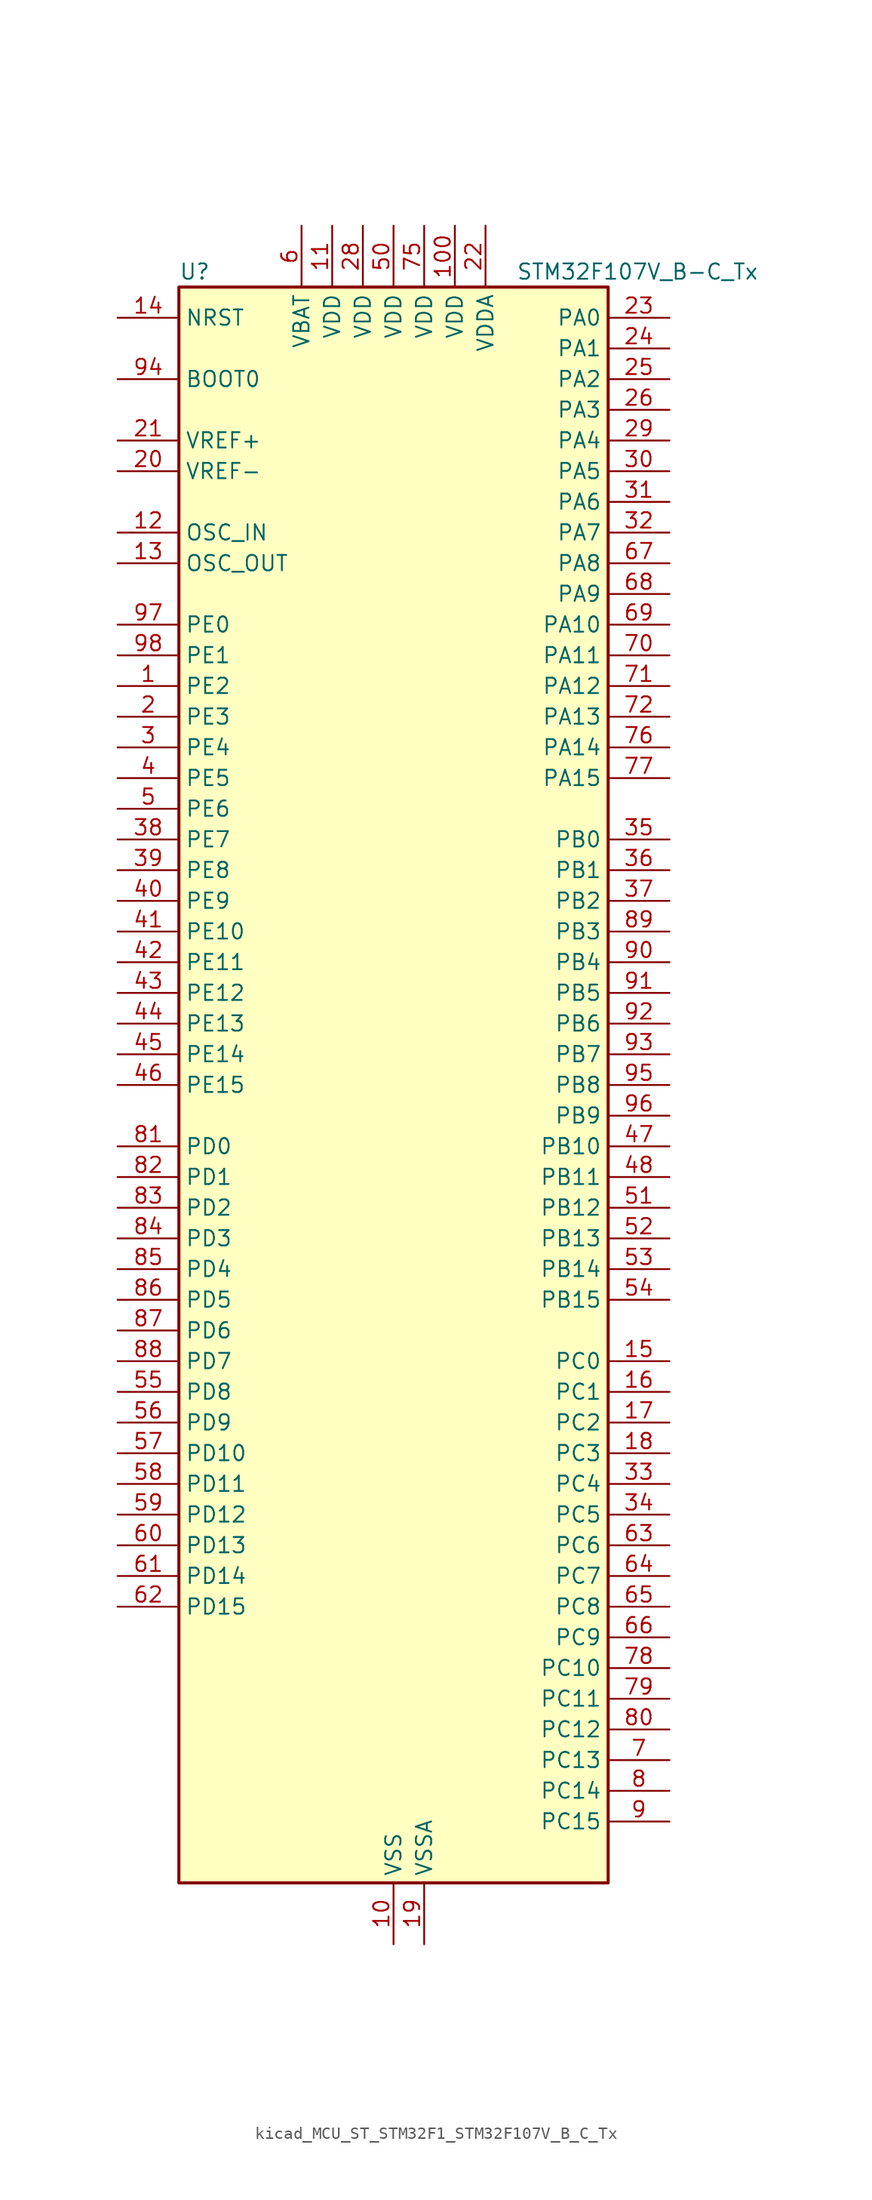
<source format=kicad_sym>
(kicad_symbol_lib
  (version 20220914)
  (generator kicad_symbol_editor)
  (symbol "kicad_MCU_ST_STM32F1_STM32F107V_B_C_Tx"
    (property "Reference" "U"
      (at -17.78 67.31 0)
      (effects (font (size 1.27 1.27)) (justify left)))
    (property "Value" "STM32F107V_B-C_Tx"
      (at 10.16 67.31 0)
      (effects (font (size 1.27 1.27)) (justify left)))
    (property "ki_locked" ""
      (at 0 0 0)
      (effects (font (size 1.27 1.27))))
    (symbol "kicad_MCU_ST_STM32F1_STM32F107V_B_C_Tx_0_1"
      (rectangle (start -17.78 -66.04) (end 17.78 66.04) (stroke (width 0.254) (type default)) (fill (type background))))
    (symbol "kicad_MCU_ST_STM32F1_STM32F107V_B_C_Tx_1_1"
      (pin bidirectional line (at -22.86 33.02 0) (length 5.08) (name "PE2" (effects (font (size 1.27 1.27)))) (number "1" (effects (font (size 1.27 1.27)))) (alternate "SYS_TRACECLK" bidirectional line))
      (pin power_in line (at 0 -71.12 90) (length 5.08) (name "VSS" (effects (font (size 1.27 1.27)))) (number "10" (effects (font (size 1.27 1.27)))))
      (pin power_in line (at 5.08 71.12 270) (length 5.08) (name "VDD" (effects (font (size 1.27 1.27)))) (number "100" (effects (font (size 1.27 1.27)))))
      (pin power_in line (at -5.08 71.12 270) (length 5.08) (name "VDD" (effects (font (size 1.27 1.27)))) (number "11" (effects (font (size 1.27 1.27)))))
      (pin input line (at -22.86 45.72 0) (length 5.08) (name "OSC_IN" (effects (font (size 1.27 1.27)))) (number "12" (effects (font (size 1.27 1.27)))) (alternate "RCC_OSC_IN" bidirectional line))
      (pin input line (at -22.86 43.18 0) (length 5.08) (name "OSC_OUT" (effects (font (size 1.27 1.27)))) (number "13" (effects (font (size 1.27 1.27)))) (alternate "RCC_OSC_OUT" bidirectional line))
      (pin input line (at -22.86 63.5 0) (length 5.08) (name "NRST" (effects (font (size 1.27 1.27)))) (number "14" (effects (font (size 1.27 1.27)))))
      (pin bidirectional line (at 22.86 -22.86 180) (length 5.08) (name "PC0" (effects (font (size 1.27 1.27)))) (number "15" (effects (font (size 1.27 1.27)))) (alternate "ADC1_IN10" bidirectional line) (alternate "ADC2_IN10" bidirectional line))
      (pin bidirectional line (at 22.86 -25.4 180) (length 5.08) (name "PC1" (effects (font (size 1.27 1.27)))) (number "16" (effects (font (size 1.27 1.27)))) (alternate "ADC1_IN11" bidirectional line) (alternate "ADC2_IN11" bidirectional line) (alternate "ETH_MDC" bidirectional line))
      (pin bidirectional line (at 22.86 -27.94 180) (length 5.08) (name "PC2" (effects (font (size 1.27 1.27)))) (number "17" (effects (font (size 1.27 1.27)))) (alternate "ADC1_IN12" bidirectional line) (alternate "ADC2_IN12" bidirectional line) (alternate "ETH_TXD2" bidirectional line))
      (pin bidirectional line (at 22.86 -30.48 180) (length 5.08) (name "PC3" (effects (font (size 1.27 1.27)))) (number "18" (effects (font (size 1.27 1.27)))) (alternate "ADC1_IN13" bidirectional line) (alternate "ADC2_IN13" bidirectional line) (alternate "ETH_TX_CLK" bidirectional line))
      (pin power_in line (at 2.54 -71.12 90) (length 5.08) (name "VSSA" (effects (font (size 1.27 1.27)))) (number "19" (effects (font (size 1.27 1.27)))))
      (pin bidirectional line (at -22.86 30.48 0) (length 5.08) (name "PE3" (effects (font (size 1.27 1.27)))) (number "2" (effects (font (size 1.27 1.27)))) (alternate "SYS_TRACED0" bidirectional line))
      (pin input line (at -22.86 50.8 0) (length 5.08) (name "VREF-" (effects (font (size 1.27 1.27)))) (number "20" (effects (font (size 1.27 1.27)))))
      (pin input line (at -22.86 53.34 0) (length 5.08) (name "VREF+" (effects (font (size 1.27 1.27)))) (number "21" (effects (font (size 1.27 1.27)))))
      (pin power_in line (at 7.62 71.12 270) (length 5.08) (name "VDDA" (effects (font (size 1.27 1.27)))) (number "22" (effects (font (size 1.27 1.27)))))
      (pin bidirectional line (at 22.86 63.5 180) (length 5.08) (name "PA0" (effects (font (size 1.27 1.27)))) (number "23" (effects (font (size 1.27 1.27)))) (alternate "ADC1_IN0" bidirectional line) (alternate "ADC2_IN0" bidirectional line) (alternate "ETH_CRS" bidirectional line) (alternate "SYS_WKUP" bidirectional line) (alternate "TIM2_CH1" bidirectional line) (alternate "TIM2_ETR" bidirectional line) (alternate "TIM5_CH1" bidirectional line) (alternate "USART2_CTS" bidirectional line))
      (pin bidirectional line (at 22.86 60.96 180) (length 5.08) (name "PA1" (effects (font (size 1.27 1.27)))) (number "24" (effects (font (size 1.27 1.27)))) (alternate "ADC1_IN1" bidirectional line) (alternate "ADC2_IN1" bidirectional line) (alternate "ETH_REF_CLK" bidirectional line) (alternate "ETH_RX_CLK" bidirectional line) (alternate "TIM2_CH2" bidirectional line) (alternate "TIM5_CH2" bidirectional line) (alternate "USART2_RTS" bidirectional line))
      (pin bidirectional line (at 22.86 58.42 180) (length 5.08) (name "PA2" (effects (font (size 1.27 1.27)))) (number "25" (effects (font (size 1.27 1.27)))) (alternate "ADC1_IN2" bidirectional line) (alternate "ADC2_IN2" bidirectional line) (alternate "ETH_MDIO" bidirectional line) (alternate "TIM2_CH3" bidirectional line) (alternate "TIM5_CH3" bidirectional line) (alternate "USART2_TX" bidirectional line))
      (pin bidirectional line (at 22.86 55.88 180) (length 5.08) (name "PA3" (effects (font (size 1.27 1.27)))) (number "26" (effects (font (size 1.27 1.27)))) (alternate "ADC1_IN3" bidirectional line) (alternate "ADC2_IN3" bidirectional line) (alternate "ETH_COL" bidirectional line) (alternate "TIM2_CH4" bidirectional line) (alternate "TIM5_CH4" bidirectional line) (alternate "USART2_RX" bidirectional line))
      (pin passive line (at 0 -71.12 90) (length 5.08) hide (name "VSS" (effects (font (size 1.27 1.27)))) (number "27" (effects (font (size 1.27 1.27)))))
      (pin power_in line (at -2.54 71.12 270) (length 5.08) (name "VDD" (effects (font (size 1.27 1.27)))) (number "28" (effects (font (size 1.27 1.27)))))
      (pin bidirectional line (at 22.86 53.34 180) (length 5.08) (name "PA4" (effects (font (size 1.27 1.27)))) (number "29" (effects (font (size 1.27 1.27)))) (alternate "ADC1_IN4" bidirectional line) (alternate "ADC2_IN4" bidirectional line) (alternate "DAC_OUT1" bidirectional line) (alternate "I2S3_WS" bidirectional line) (alternate "SPI1_NSS" bidirectional line) (alternate "SPI3_NSS" bidirectional line) (alternate "USART2_CK" bidirectional line))
      (pin bidirectional line (at -22.86 27.94 0) (length 5.08) (name "PE4" (effects (font (size 1.27 1.27)))) (number "3" (effects (font (size 1.27 1.27)))) (alternate "SYS_TRACED1" bidirectional line))
      (pin bidirectional line (at 22.86 50.8 180) (length 5.08) (name "PA5" (effects (font (size 1.27 1.27)))) (number "30" (effects (font (size 1.27 1.27)))) (alternate "ADC1_IN5" bidirectional line) (alternate "ADC2_IN5" bidirectional line) (alternate "DAC_OUT2" bidirectional line) (alternate "SPI1_SCK" bidirectional line))
      (pin bidirectional line (at 22.86 48.26 180) (length 5.08) (name "PA6" (effects (font (size 1.27 1.27)))) (number "31" (effects (font (size 1.27 1.27)))) (alternate "ADC1_IN6" bidirectional line) (alternate "ADC2_IN6" bidirectional line) (alternate "SPI1_MISO" bidirectional line) (alternate "TIM1_BKIN" bidirectional line) (alternate "TIM3_CH1" bidirectional line))
      (pin bidirectional line (at 22.86 45.72 180) (length 5.08) (name "PA7" (effects (font (size 1.27 1.27)))) (number "32" (effects (font (size 1.27 1.27)))) (alternate "ADC1_IN7" bidirectional line) (alternate "ADC2_IN7" bidirectional line) (alternate "ETH_CRS_DV" bidirectional line) (alternate "ETH_RX_DV" bidirectional line) (alternate "SPI1_MOSI" bidirectional line) (alternate "TIM1_CH1N" bidirectional line) (alternate "TIM3_CH2" bidirectional line))
      (pin bidirectional line (at 22.86 -33.02 180) (length 5.08) (name "PC4" (effects (font (size 1.27 1.27)))) (number "33" (effects (font (size 1.27 1.27)))) (alternate "ADC1_IN14" bidirectional line) (alternate "ADC2_IN14" bidirectional line) (alternate "ETH_RXD0" bidirectional line))
      (pin bidirectional line (at 22.86 -35.56 180) (length 5.08) (name "PC5" (effects (font (size 1.27 1.27)))) (number "34" (effects (font (size 1.27 1.27)))) (alternate "ADC1_IN15" bidirectional line) (alternate "ADC2_IN15" bidirectional line) (alternate "ETH_RXD1" bidirectional line))
      (pin bidirectional line (at 22.86 20.32 180) (length 5.08) (name "PB0" (effects (font (size 1.27 1.27)))) (number "35" (effects (font (size 1.27 1.27)))) (alternate "ADC1_IN8" bidirectional line) (alternate "ADC2_IN8" bidirectional line) (alternate "ETH_RXD2" bidirectional line) (alternate "TIM1_CH2N" bidirectional line) (alternate "TIM3_CH3" bidirectional line))
      (pin bidirectional line (at 22.86 17.78 180) (length 5.08) (name "PB1" (effects (font (size 1.27 1.27)))) (number "36" (effects (font (size 1.27 1.27)))) (alternate "ADC1_IN9" bidirectional line) (alternate "ADC2_IN9" bidirectional line) (alternate "ETH_RXD3" bidirectional line) (alternate "TIM1_CH3N" bidirectional line) (alternate "TIM3_CH4" bidirectional line))
      (pin bidirectional line (at 22.86 15.24 180) (length 5.08) (name "PB2" (effects (font (size 1.27 1.27)))) (number "37" (effects (font (size 1.27 1.27)))))
      (pin bidirectional line (at -22.86 20.32 0) (length 5.08) (name "PE7" (effects (font (size 1.27 1.27)))) (number "38" (effects (font (size 1.27 1.27)))) (alternate "TIM1_ETR" bidirectional line))
      (pin bidirectional line (at -22.86 17.78 0) (length 5.08) (name "PE8" (effects (font (size 1.27 1.27)))) (number "39" (effects (font (size 1.27 1.27)))) (alternate "TIM1_CH1N" bidirectional line))
      (pin bidirectional line (at -22.86 25.4 0) (length 5.08) (name "PE5" (effects (font (size 1.27 1.27)))) (number "4" (effects (font (size 1.27 1.27)))) (alternate "SYS_TRACED2" bidirectional line))
      (pin bidirectional line (at -22.86 15.24 0) (length 5.08) (name "PE9" (effects (font (size 1.27 1.27)))) (number "40" (effects (font (size 1.27 1.27)))) (alternate "DAC_EXTI9" bidirectional line) (alternate "TIM1_CH1" bidirectional line))
      (pin bidirectional line (at -22.86 12.7 0) (length 5.08) (name "PE10" (effects (font (size 1.27 1.27)))) (number "41" (effects (font (size 1.27 1.27)))) (alternate "TIM1_CH2N" bidirectional line))
      (pin bidirectional line (at -22.86 10.16 0) (length 5.08) (name "PE11" (effects (font (size 1.27 1.27)))) (number "42" (effects (font (size 1.27 1.27)))) (alternate "ADC1_EXTI11" bidirectional line) (alternate "ADC2_EXTI11" bidirectional line) (alternate "TIM1_CH2" bidirectional line))
      (pin bidirectional line (at -22.86 7.62 0) (length 5.08) (name "PE12" (effects (font (size 1.27 1.27)))) (number "43" (effects (font (size 1.27 1.27)))) (alternate "TIM1_CH3N" bidirectional line))
      (pin bidirectional line (at -22.86 5.08 0) (length 5.08) (name "PE13" (effects (font (size 1.27 1.27)))) (number "44" (effects (font (size 1.27 1.27)))) (alternate "TIM1_CH3" bidirectional line))
      (pin bidirectional line (at -22.86 2.54 0) (length 5.08) (name "PE14" (effects (font (size 1.27 1.27)))) (number "45" (effects (font (size 1.27 1.27)))) (alternate "TIM1_CH4" bidirectional line))
      (pin bidirectional line (at -22.86 0 0) (length 5.08) (name "PE15" (effects (font (size 1.27 1.27)))) (number "46" (effects (font (size 1.27 1.27)))) (alternate "ADC1_EXTI15" bidirectional line) (alternate "ADC2_EXTI15" bidirectional line) (alternate "TIM1_BKIN" bidirectional line))
      (pin bidirectional line (at 22.86 -5.08 180) (length 5.08) (name "PB10" (effects (font (size 1.27 1.27)))) (number "47" (effects (font (size 1.27 1.27)))) (alternate "ETH_RX_ER" bidirectional line) (alternate "TIM2_CH3" bidirectional line) (alternate "USART3_TX" bidirectional line))
      (pin bidirectional line (at 22.86 -7.62 180) (length 5.08) (name "PB11" (effects (font (size 1.27 1.27)))) (number "48" (effects (font (size 1.27 1.27)))) (alternate "ADC1_EXTI11" bidirectional line) (alternate "ADC2_EXTI11" bidirectional line) (alternate "ETH_TX_EN" bidirectional line) (alternate "TIM2_CH4" bidirectional line) (alternate "USART3_RX" bidirectional line))
      (pin passive line (at 0 -71.12 90) (length 5.08) hide (name "VSS" (effects (font (size 1.27 1.27)))) (number "49" (effects (font (size 1.27 1.27)))))
      (pin bidirectional line (at -22.86 22.86 0) (length 5.08) (name "PE6" (effects (font (size 1.27 1.27)))) (number "5" (effects (font (size 1.27 1.27)))) (alternate "SYS_TRACED3" bidirectional line))
      (pin power_in line (at 0 71.12 270) (length 5.08) (name "VDD" (effects (font (size 1.27 1.27)))) (number "50" (effects (font (size 1.27 1.27)))))
      (pin bidirectional line (at 22.86 -10.16 180) (length 5.08) (name "PB12" (effects (font (size 1.27 1.27)))) (number "51" (effects (font (size 1.27 1.27)))) (alternate "CAN2_RX" bidirectional line) (alternate "ETH_TXD0" bidirectional line) (alternate "I2S2_WS" bidirectional line) (alternate "SPI2_NSS" bidirectional line) (alternate "TIM1_BKIN" bidirectional line) (alternate "USART3_CK" bidirectional line))
      (pin bidirectional line (at 22.86 -12.7 180) (length 5.08) (name "PB13" (effects (font (size 1.27 1.27)))) (number "52" (effects (font (size 1.27 1.27)))) (alternate "CAN2_TX" bidirectional line) (alternate "ETH_TXD1" bidirectional line) (alternate "I2S2_CK" bidirectional line) (alternate "SPI2_SCK" bidirectional line) (alternate "TIM1_CH1N" bidirectional line) (alternate "USART3_CTS" bidirectional line))
      (pin bidirectional line (at 22.86 -15.24 180) (length 5.08) (name "PB14" (effects (font (size 1.27 1.27)))) (number "53" (effects (font (size 1.27 1.27)))) (alternate "SPI2_MISO" bidirectional line) (alternate "TIM1_CH2N" bidirectional line) (alternate "USART3_RTS" bidirectional line))
      (pin bidirectional line (at 22.86 -17.78 180) (length 5.08) (name "PB15" (effects (font (size 1.27 1.27)))) (number "54" (effects (font (size 1.27 1.27)))) (alternate "ADC1_EXTI15" bidirectional line) (alternate "ADC2_EXTI15" bidirectional line) (alternate "I2S2_SD" bidirectional line) (alternate "SPI2_MOSI" bidirectional line) (alternate "TIM1_CH3N" bidirectional line))
      (pin bidirectional line (at -22.86 -25.4 0) (length 5.08) (name "PD8" (effects (font (size 1.27 1.27)))) (number "55" (effects (font (size 1.27 1.27)))) (alternate "ETH_CRS_DV" bidirectional line) (alternate "ETH_RX_DV" bidirectional line) (alternate "USART3_TX" bidirectional line))
      (pin bidirectional line (at -22.86 -27.94 0) (length 5.08) (name "PD9" (effects (font (size 1.27 1.27)))) (number "56" (effects (font (size 1.27 1.27)))) (alternate "DAC_EXTI9" bidirectional line) (alternate "ETH_RXD0" bidirectional line) (alternate "USART3_RX" bidirectional line))
      (pin bidirectional line (at -22.86 -30.48 0) (length 5.08) (name "PD10" (effects (font (size 1.27 1.27)))) (number "57" (effects (font (size 1.27 1.27)))) (alternate "ETH_RXD1" bidirectional line) (alternate "USART3_CK" bidirectional line))
      (pin bidirectional line (at -22.86 -33.02 0) (length 5.08) (name "PD11" (effects (font (size 1.27 1.27)))) (number "58" (effects (font (size 1.27 1.27)))) (alternate "ADC1_EXTI11" bidirectional line) (alternate "ADC2_EXTI11" bidirectional line) (alternate "ETH_RXD2" bidirectional line) (alternate "USART3_CTS" bidirectional line))
      (pin bidirectional line (at -22.86 -35.56 0) (length 5.08) (name "PD12" (effects (font (size 1.27 1.27)))) (number "59" (effects (font (size 1.27 1.27)))) (alternate "ETH_RXD3" bidirectional line) (alternate "TIM4_CH1" bidirectional line) (alternate "USART3_RTS" bidirectional line))
      (pin power_in line (at -7.62 71.12 270) (length 5.08) (name "VBAT" (effects (font (size 1.27 1.27)))) (number "6" (effects (font (size 1.27 1.27)))))
      (pin bidirectional line (at -22.86 -38.1 0) (length 5.08) (name "PD13" (effects (font (size 1.27 1.27)))) (number "60" (effects (font (size 1.27 1.27)))) (alternate "TIM4_CH2" bidirectional line))
      (pin bidirectional line (at -22.86 -40.64 0) (length 5.08) (name "PD14" (effects (font (size 1.27 1.27)))) (number "61" (effects (font (size 1.27 1.27)))) (alternate "TIM4_CH3" bidirectional line))
      (pin bidirectional line (at -22.86 -43.18 0) (length 5.08) (name "PD15" (effects (font (size 1.27 1.27)))) (number "62" (effects (font (size 1.27 1.27)))) (alternate "ADC1_EXTI15" bidirectional line) (alternate "ADC2_EXTI15" bidirectional line) (alternate "TIM4_CH4" bidirectional line))
      (pin bidirectional line (at 22.86 -38.1 180) (length 5.08) (name "PC6" (effects (font (size 1.27 1.27)))) (number "63" (effects (font (size 1.27 1.27)))) (alternate "I2S2_MCK" bidirectional line) (alternate "TIM3_CH1" bidirectional line))
      (pin bidirectional line (at 22.86 -40.64 180) (length 5.08) (name "PC7" (effects (font (size 1.27 1.27)))) (number "64" (effects (font (size 1.27 1.27)))) (alternate "I2S3_MCK" bidirectional line) (alternate "TIM3_CH2" bidirectional line))
      (pin bidirectional line (at 22.86 -43.18 180) (length 5.08) (name "PC8" (effects (font (size 1.27 1.27)))) (number "65" (effects (font (size 1.27 1.27)))) (alternate "TIM3_CH3" bidirectional line))
      (pin bidirectional line (at 22.86 -45.72 180) (length 5.08) (name "PC9" (effects (font (size 1.27 1.27)))) (number "66" (effects (font (size 1.27 1.27)))) (alternate "DAC_EXTI9" bidirectional line) (alternate "TIM3_CH4" bidirectional line))
      (pin bidirectional line (at 22.86 43.18 180) (length 5.08) (name "PA8" (effects (font (size 1.27 1.27)))) (number "67" (effects (font (size 1.27 1.27)))) (alternate "RCC_MCO" bidirectional line) (alternate "TIM1_CH1" bidirectional line) (alternate "USART1_CK" bidirectional line) (alternate "USB_OTG_FS_SOF" bidirectional line))
      (pin bidirectional line (at 22.86 40.64 180) (length 5.08) (name "PA9" (effects (font (size 1.27 1.27)))) (number "68" (effects (font (size 1.27 1.27)))) (alternate "DAC_EXTI9" bidirectional line) (alternate "TIM1_CH2" bidirectional line) (alternate "USART1_TX" bidirectional line) (alternate "USB_OTG_FS_VBUS" bidirectional line))
      (pin bidirectional line (at 22.86 38.1 180) (length 5.08) (name "PA10" (effects (font (size 1.27 1.27)))) (number "69" (effects (font (size 1.27 1.27)))) (alternate "TIM1_CH3" bidirectional line) (alternate "USART1_RX" bidirectional line) (alternate "USB_OTG_FS_ID" bidirectional line))
      (pin bidirectional line (at 22.86 -55.88 180) (length 5.08) (name "PC13" (effects (font (size 1.27 1.27)))) (number "7" (effects (font (size 1.27 1.27)))) (alternate "RTC_OUT" bidirectional line) (alternate "RTC_TAMPER" bidirectional line))
      (pin bidirectional line (at 22.86 35.56 180) (length 5.08) (name "PA11" (effects (font (size 1.27 1.27)))) (number "70" (effects (font (size 1.27 1.27)))) (alternate "ADC1_EXTI11" bidirectional line) (alternate "ADC2_EXTI11" bidirectional line) (alternate "CAN1_RX" bidirectional line) (alternate "TIM1_CH4" bidirectional line) (alternate "USART1_CTS" bidirectional line) (alternate "USB_OTG_FS_DM" bidirectional line))
      (pin bidirectional line (at 22.86 33.02 180) (length 5.08) (name "PA12" (effects (font (size 1.27 1.27)))) (number "71" (effects (font (size 1.27 1.27)))) (alternate "CAN1_TX" bidirectional line) (alternate "TIM1_ETR" bidirectional line) (alternate "USART1_RTS" bidirectional line) (alternate "USB_OTG_FS_DP" bidirectional line))
      (pin bidirectional line (at 22.86 30.48 180) (length 5.08) (name "PA13" (effects (font (size 1.27 1.27)))) (number "72" (effects (font (size 1.27 1.27)))) (alternate "SYS_JTMS-SWDIO" bidirectional line))
      (pin no_connect line (at -17.78 -66.04 0) (length 5.08) hide (name "NC" (effects (font (size 1.27 1.27)))) (number "73" (effects (font (size 1.27 1.27)))))
      (pin passive line (at 0 -71.12 90) (length 5.08) hide (name "VSS" (effects (font (size 1.27 1.27)))) (number "74" (effects (font (size 1.27 1.27)))))
      (pin power_in line (at 2.54 71.12 270) (length 5.08) (name "VDD" (effects (font (size 1.27 1.27)))) (number "75" (effects (font (size 1.27 1.27)))))
      (pin bidirectional line (at 22.86 27.94 180) (length 5.08) (name "PA14" (effects (font (size 1.27 1.27)))) (number "76" (effects (font (size 1.27 1.27)))) (alternate "SYS_JTCK-SWCLK" bidirectional line))
      (pin bidirectional line (at 22.86 25.4 180) (length 5.08) (name "PA15" (effects (font (size 1.27 1.27)))) (number "77" (effects (font (size 1.27 1.27)))) (alternate "ADC1_EXTI15" bidirectional line) (alternate "ADC2_EXTI15" bidirectional line) (alternate "I2S3_WS" bidirectional line) (alternate "SPI1_NSS" bidirectional line) (alternate "SPI3_NSS" bidirectional line) (alternate "SYS_JTDI" bidirectional line) (alternate "TIM2_CH1" bidirectional line) (alternate "TIM2_ETR" bidirectional line))
      (pin bidirectional line (at 22.86 -48.26 180) (length 5.08) (name "PC10" (effects (font (size 1.27 1.27)))) (number "78" (effects (font (size 1.27 1.27)))) (alternate "I2S3_CK" bidirectional line) (alternate "SPI3_SCK" bidirectional line) (alternate "UART4_TX" bidirectional line) (alternate "USART3_TX" bidirectional line))
      (pin bidirectional line (at 22.86 -50.8 180) (length 5.08) (name "PC11" (effects (font (size 1.27 1.27)))) (number "79" (effects (font (size 1.27 1.27)))) (alternate "ADC1_EXTI11" bidirectional line) (alternate "ADC2_EXTI11" bidirectional line) (alternate "SPI3_MISO" bidirectional line) (alternate "UART4_RX" bidirectional line) (alternate "USART3_RX" bidirectional line))
      (pin bidirectional line (at 22.86 -58.42 180) (length 5.08) (name "PC14" (effects (font (size 1.27 1.27)))) (number "8" (effects (font (size 1.27 1.27)))) (alternate "RCC_OSC32_IN" bidirectional line))
      (pin bidirectional line (at 22.86 -53.34 180) (length 5.08) (name "PC12" (effects (font (size 1.27 1.27)))) (number "80" (effects (font (size 1.27 1.27)))) (alternate "I2S3_SD" bidirectional line) (alternate "SPI3_MOSI" bidirectional line) (alternate "UART5_TX" bidirectional line) (alternate "USART3_CK" bidirectional line))
      (pin bidirectional line (at -22.86 -5.08 0) (length 5.08) (name "PD0" (effects (font (size 1.27 1.27)))) (number "81" (effects (font (size 1.27 1.27)))) (alternate "CAN1_RX" bidirectional line))
      (pin bidirectional line (at -22.86 -7.62 0) (length 5.08) (name "PD1" (effects (font (size 1.27 1.27)))) (number "82" (effects (font (size 1.27 1.27)))) (alternate "CAN1_TX" bidirectional line))
      (pin bidirectional line (at -22.86 -10.16 0) (length 5.08) (name "PD2" (effects (font (size 1.27 1.27)))) (number "83" (effects (font (size 1.27 1.27)))) (alternate "TIM3_ETR" bidirectional line) (alternate "UART5_RX" bidirectional line))
      (pin bidirectional line (at -22.86 -12.7 0) (length 5.08) (name "PD3" (effects (font (size 1.27 1.27)))) (number "84" (effects (font (size 1.27 1.27)))) (alternate "USART2_CTS" bidirectional line))
      (pin bidirectional line (at -22.86 -15.24 0) (length 5.08) (name "PD4" (effects (font (size 1.27 1.27)))) (number "85" (effects (font (size 1.27 1.27)))) (alternate "USART2_RTS" bidirectional line))
      (pin bidirectional line (at -22.86 -17.78 0) (length 5.08) (name "PD5" (effects (font (size 1.27 1.27)))) (number "86" (effects (font (size 1.27 1.27)))) (alternate "USART2_TX" bidirectional line))
      (pin bidirectional line (at -22.86 -20.32 0) (length 5.08) (name "PD6" (effects (font (size 1.27 1.27)))) (number "87" (effects (font (size 1.27 1.27)))) (alternate "USART2_RX" bidirectional line))
      (pin bidirectional line (at -22.86 -22.86 0) (length 5.08) (name "PD7" (effects (font (size 1.27 1.27)))) (number "88" (effects (font (size 1.27 1.27)))) (alternate "USART2_CK" bidirectional line))
      (pin bidirectional line (at 22.86 12.7 180) (length 5.08) (name "PB3" (effects (font (size 1.27 1.27)))) (number "89" (effects (font (size 1.27 1.27)))) (alternate "I2S3_CK" bidirectional line) (alternate "SPI1_SCK" bidirectional line) (alternate "SPI3_SCK" bidirectional line) (alternate "SYS_JTDO" bidirectional line) (alternate "SYS_TRACESWO" bidirectional line) (alternate "TIM2_CH2" bidirectional line))
      (pin bidirectional line (at 22.86 -60.96 180) (length 5.08) (name "PC15" (effects (font (size 1.27 1.27)))) (number "9" (effects (font (size 1.27 1.27)))) (alternate "ADC1_EXTI15" bidirectional line) (alternate "ADC2_EXTI15" bidirectional line) (alternate "RCC_OSC32_OUT" bidirectional line))
      (pin bidirectional line (at 22.86 10.16 180) (length 5.08) (name "PB4" (effects (font (size 1.27 1.27)))) (number "90" (effects (font (size 1.27 1.27)))) (alternate "SPI1_MISO" bidirectional line) (alternate "SPI3_MISO" bidirectional line) (alternate "SYS_NJTRST" bidirectional line) (alternate "TIM3_CH1" bidirectional line))
      (pin bidirectional line (at 22.86 7.62 180) (length 5.08) (name "PB5" (effects (font (size 1.27 1.27)))) (number "91" (effects (font (size 1.27 1.27)))) (alternate "CAN2_RX" bidirectional line) (alternate "ETH_PPS_OUT" bidirectional line) (alternate "I2C1_SMBA" bidirectional line) (alternate "I2S3_SD" bidirectional line) (alternate "SPI1_MOSI" bidirectional line) (alternate "SPI3_MOSI" bidirectional line) (alternate "TIM3_CH2" bidirectional line))
      (pin bidirectional line (at 22.86 5.08 180) (length 5.08) (name "PB6" (effects (font (size 1.27 1.27)))) (number "92" (effects (font (size 1.27 1.27)))) (alternate "CAN2_TX" bidirectional line) (alternate "I2C1_SCL" bidirectional line) (alternate "TIM4_CH1" bidirectional line) (alternate "USART1_TX" bidirectional line))
      (pin bidirectional line (at 22.86 2.54 180) (length 5.08) (name "PB7" (effects (font (size 1.27 1.27)))) (number "93" (effects (font (size 1.27 1.27)))) (alternate "I2C1_SDA" bidirectional line) (alternate "TIM4_CH2" bidirectional line) (alternate "USART1_RX" bidirectional line))
      (pin input line (at -22.86 58.42 0) (length 5.08) (name "BOOT0" (effects (font (size 1.27 1.27)))) (number "94" (effects (font (size 1.27 1.27)))))
      (pin bidirectional line (at 22.86 0 180) (length 5.08) (name "PB8" (effects (font (size 1.27 1.27)))) (number "95" (effects (font (size 1.27 1.27)))) (alternate "CAN1_RX" bidirectional line) (alternate "ETH_TXD3" bidirectional line) (alternate "I2C1_SCL" bidirectional line) (alternate "TIM4_CH3" bidirectional line))
      (pin bidirectional line (at 22.86 -2.54 180) (length 5.08) (name "PB9" (effects (font (size 1.27 1.27)))) (number "96" (effects (font (size 1.27 1.27)))) (alternate "CAN1_TX" bidirectional line) (alternate "DAC_EXTI9" bidirectional line) (alternate "I2C1_SDA" bidirectional line) (alternate "TIM4_CH4" bidirectional line))
      (pin bidirectional line (at -22.86 38.1 0) (length 5.08) (name "PE0" (effects (font (size 1.27 1.27)))) (number "97" (effects (font (size 1.27 1.27)))) (alternate "TIM4_ETR" bidirectional line))
      (pin bidirectional line (at -22.86 35.56 0) (length 5.08) (name "PE1" (effects (font (size 1.27 1.27)))) (number "98" (effects (font (size 1.27 1.27)))))
      (pin passive line (at 0 -71.12 90) (length 5.08) hide (name "VSS" (effects (font (size 1.27 1.27)))) (number "99" (effects (font (size 1.27 1.27))))))))
</source>
